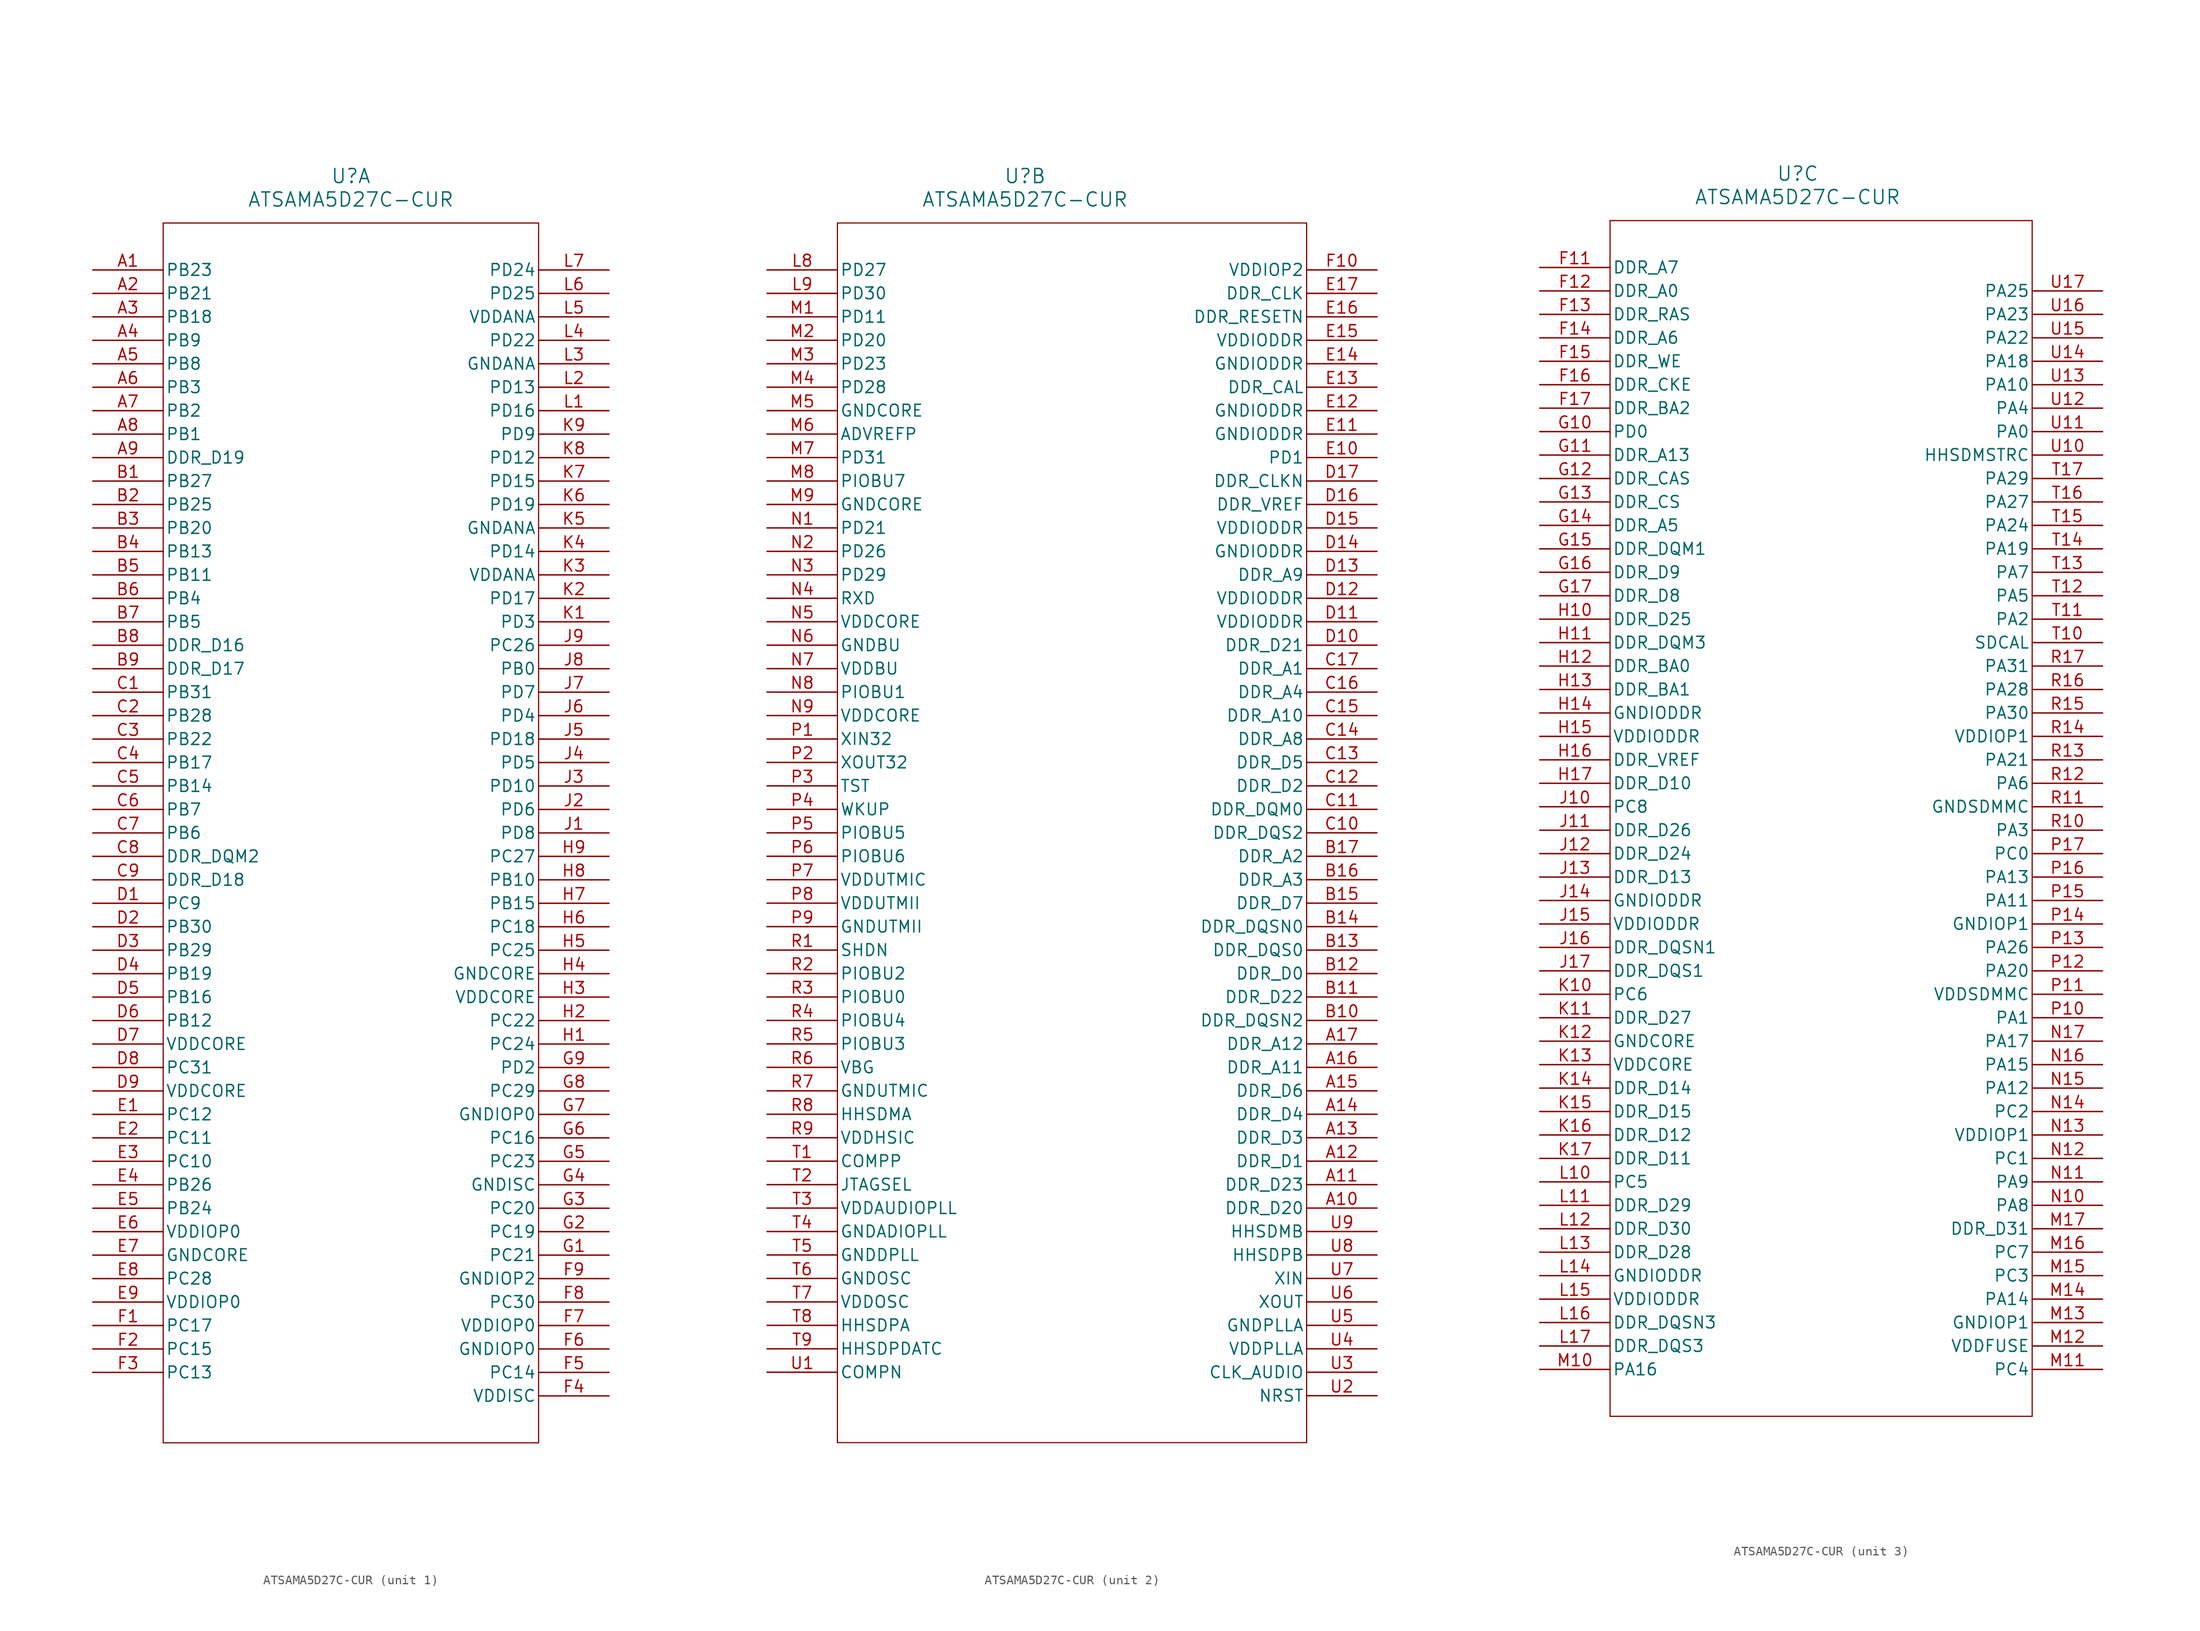
<source format=kicad_sym>
(kicad_symbol_lib
  (version 20211014)
  (generator kicad_symbol_editor)
  (symbol "ATSAMA5D27C-CUR"
    (pin_names
      (offset 0.254))
    (property "Reference" "U"
      (at 27.94 10.16 0)
      (effects (font (size 1.524 1.524))))
    (property "Value" "ATSAMA5D27C-CUR"
      (at 27.94 7.62 0)
      (effects (font (size 1.524 1.524))))
    (symbol "ATSAMA5D27C-CUR_1_1"
      (polyline (pts (xy 7.62 5.08) (xy 7.62 -127)) (stroke (width 0.127) (type default) (color 0 0 0 0)) (fill (type none)))
      (polyline (pts (xy 7.62 -127) (xy 48.26 -127)) (stroke (width 0.127) (type default) (color 0 0 0 0)) (fill (type none)))
      (polyline (pts (xy 48.26 -127) (xy 48.26 5.08)) (stroke (width 0.127) (type default) (color 0 0 0 0)) (fill (type none)))
      (polyline (pts (xy 48.26 5.08) (xy 7.62 5.08)) (stroke (width 0.127) (type default) (color 0 0 0 0)) (fill (type none)))
      (pin bidirectional line (at 0 0 0) (length 7.62) (name "PB23" (effects (font (size 1.27 1.27)))) (number "A1" (effects (font (size 1.27 1.27)))))
      (pin bidirectional line (at 0 -2.54 0) (length 7.62) (name "PB21" (effects (font (size 1.27 1.27)))) (number "A2" (effects (font (size 1.27 1.27)))))
      (pin bidirectional line (at 0 -5.08 0) (length 7.62) (name "PB18" (effects (font (size 1.27 1.27)))) (number "A3" (effects (font (size 1.27 1.27)))))
      (pin bidirectional line (at 0 -7.62 0) (length 7.62) (name "PB9" (effects (font (size 1.27 1.27)))) (number "A4" (effects (font (size 1.27 1.27)))))
      (pin bidirectional line (at 0 -10.16 0) (length 7.62) (name "PB8" (effects (font (size 1.27 1.27)))) (number "A5" (effects (font (size 1.27 1.27)))))
      (pin bidirectional line (at 0 -12.7 0) (length 7.62) (name "PB3" (effects (font (size 1.27 1.27)))) (number "A6" (effects (font (size 1.27 1.27)))))
      (pin bidirectional line (at 0 -15.24 0) (length 7.62) (name "PB2" (effects (font (size 1.27 1.27)))) (number "A7" (effects (font (size 1.27 1.27)))))
      (pin bidirectional line (at 0 -17.78 0) (length 7.62) (name "PB1" (effects (font (size 1.27 1.27)))) (number "A8" (effects (font (size 1.27 1.27)))))
      (pin bidirectional line (at 0 -20.32 0) (length 7.62) (name "DDR_D19" (effects (font (size 1.27 1.27)))) (number "A9" (effects (font (size 1.27 1.27)))))
      (pin bidirectional line (at 0 -22.86 0) (length 7.62) (name "PB27" (effects (font (size 1.27 1.27)))) (number "B1" (effects (font (size 1.27 1.27)))))
      (pin bidirectional line (at 0 -25.4 0) (length 7.62) (name "PB25" (effects (font (size 1.27 1.27)))) (number "B2" (effects (font (size 1.27 1.27)))))
      (pin bidirectional line (at 0 -27.94 0) (length 7.62) (name "PB20" (effects (font (size 1.27 1.27)))) (number "B3" (effects (font (size 1.27 1.27)))))
      (pin bidirectional line (at 0 -30.48 0) (length 7.62) (name "PB13" (effects (font (size 1.27 1.27)))) (number "B4" (effects (font (size 1.27 1.27)))))
      (pin bidirectional line (at 0 -33.02 0) (length 7.62) (name "PB11" (effects (font (size 1.27 1.27)))) (number "B5" (effects (font (size 1.27 1.27)))))
      (pin bidirectional line (at 0 -35.56 0) (length 7.62) (name "PB4" (effects (font (size 1.27 1.27)))) (number "B6" (effects (font (size 1.27 1.27)))))
      (pin bidirectional line (at 0 -38.1 0) (length 7.62) (name "PB5" (effects (font (size 1.27 1.27)))) (number "B7" (effects (font (size 1.27 1.27)))))
      (pin bidirectional line (at 0 -40.64 0) (length 7.62) (name "DDR_D16" (effects (font (size 1.27 1.27)))) (number "B8" (effects (font (size 1.27 1.27)))))
      (pin bidirectional line (at 0 -43.18 0) (length 7.62) (name "DDR_D17" (effects (font (size 1.27 1.27)))) (number "B9" (effects (font (size 1.27 1.27)))))
      (pin bidirectional line (at 0 -45.72 0) (length 7.62) (name "PB31" (effects (font (size 1.27 1.27)))) (number "C1" (effects (font (size 1.27 1.27)))))
      (pin bidirectional line (at 0 -48.26 0) (length 7.62) (name "PB28" (effects (font (size 1.27 1.27)))) (number "C2" (effects (font (size 1.27 1.27)))))
      (pin bidirectional line (at 0 -50.8 0) (length 7.62) (name "PB22" (effects (font (size 1.27 1.27)))) (number "C3" (effects (font (size 1.27 1.27)))))
      (pin bidirectional line (at 0 -53.34 0) (length 7.62) (name "PB17" (effects (font (size 1.27 1.27)))) (number "C4" (effects (font (size 1.27 1.27)))))
      (pin bidirectional line (at 0 -55.88 0) (length 7.62) (name "PB14" (effects (font (size 1.27 1.27)))) (number "C5" (effects (font (size 1.27 1.27)))))
      (pin bidirectional line (at 0 -58.42 0) (length 7.62) (name "PB7" (effects (font (size 1.27 1.27)))) (number "C6" (effects (font (size 1.27 1.27)))))
      (pin bidirectional line (at 0 -60.96 0) (length 7.62) (name "PB6" (effects (font (size 1.27 1.27)))) (number "C7" (effects (font (size 1.27 1.27)))))
      (pin bidirectional line (at 0 -63.5 0) (length 7.62) (name "DDR_DQM2" (effects (font (size 1.27 1.27)))) (number "C8" (effects (font (size 1.27 1.27)))))
      (pin bidirectional line (at 0 -66.04 0) (length 7.62) (name "DDR_D18" (effects (font (size 1.27 1.27)))) (number "C9" (effects (font (size 1.27 1.27)))))
      (pin bidirectional line (at 0 -68.58 0) (length 7.62) (name "PC9" (effects (font (size 1.27 1.27)))) (number "D1" (effects (font (size 1.27 1.27)))))
      (pin bidirectional line (at 0 -71.12 0) (length 7.62) (name "PB30" (effects (font (size 1.27 1.27)))) (number "D2" (effects (font (size 1.27 1.27)))))
      (pin bidirectional line (at 0 -73.66 0) (length 7.62) (name "PB29" (effects (font (size 1.27 1.27)))) (number "D3" (effects (font (size 1.27 1.27)))))
      (pin bidirectional line (at 0 -76.2 0) (length 7.62) (name "PB19" (effects (font (size 1.27 1.27)))) (number "D4" (effects (font (size 1.27 1.27)))))
      (pin bidirectional line (at 0 -78.74 0) (length 7.62) (name "PB16" (effects (font (size 1.27 1.27)))) (number "D5" (effects (font (size 1.27 1.27)))))
      (pin bidirectional line (at 0 -81.28 0) (length 7.62) (name "PB12" (effects (font (size 1.27 1.27)))) (number "D6" (effects (font (size 1.27 1.27)))))
      (pin power_in line (at 0 -83.82 0) (length 7.62) (name "VDDCORE" (effects (font (size 1.27 1.27)))) (number "D7" (effects (font (size 1.27 1.27)))))
      (pin bidirectional line (at 0 -86.36 0) (length 7.62) (name "PC31" (effects (font (size 1.27 1.27)))) (number "D8" (effects (font (size 1.27 1.27)))))
      (pin power_in line (at 0 -88.9 0) (length 7.62) (name "VDDCORE" (effects (font (size 1.27 1.27)))) (number "D9" (effects (font (size 1.27 1.27)))))
      (pin bidirectional line (at 0 -91.44 0) (length 7.62) (name "PC12" (effects (font (size 1.27 1.27)))) (number "E1" (effects (font (size 1.27 1.27)))))
      (pin bidirectional line (at 0 -93.98 0) (length 7.62) (name "PC11" (effects (font (size 1.27 1.27)))) (number "E2" (effects (font (size 1.27 1.27)))))
      (pin bidirectional line (at 0 -96.52 0) (length 7.62) (name "PC10" (effects (font (size 1.27 1.27)))) (number "E3" (effects (font (size 1.27 1.27)))))
      (pin bidirectional line (at 0 -99.06 0) (length 7.62) (name "PB26" (effects (font (size 1.27 1.27)))) (number "E4" (effects (font (size 1.27 1.27)))))
      (pin bidirectional line (at 0 -101.6 0) (length 7.62) (name "PB24" (effects (font (size 1.27 1.27)))) (number "E5" (effects (font (size 1.27 1.27)))))
      (pin power_in line (at 0 -104.14 0) (length 7.62) (name "VDDIOP0" (effects (font (size 1.27 1.27)))) (number "E6" (effects (font (size 1.27 1.27)))))
      (pin power_out line (at 0 -106.68 0) (length 7.62) (name "GNDCORE" (effects (font (size 1.27 1.27)))) (number "E7" (effects (font (size 1.27 1.27)))))
      (pin bidirectional line (at 0 -109.22 0) (length 7.62) (name "PC28" (effects (font (size 1.27 1.27)))) (number "E8" (effects (font (size 1.27 1.27)))))
      (pin power_in line (at 0 -111.76 0) (length 7.62) (name "VDDIOP0" (effects (font (size 1.27 1.27)))) (number "E9" (effects (font (size 1.27 1.27)))))
      (pin bidirectional line (at 0 -114.3 0) (length 7.62) (name "PC17" (effects (font (size 1.27 1.27)))) (number "F1" (effects (font (size 1.27 1.27)))))
      (pin bidirectional line (at 0 -116.84 0) (length 7.62) (name "PC15" (effects (font (size 1.27 1.27)))) (number "F2" (effects (font (size 1.27 1.27)))))
      (pin bidirectional line (at 0 -119.38 0) (length 7.62) (name "PC13" (effects (font (size 1.27 1.27)))) (number "F3" (effects (font (size 1.27 1.27)))))
      (pin power_in line (at 55.88 -121.92 180) (length 7.62) (name "VDDISC" (effects (font (size 1.27 1.27)))) (number "F4" (effects (font (size 1.27 1.27)))))
      (pin bidirectional line (at 55.88 -119.38 180) (length 7.62) (name "PC14" (effects (font (size 1.27 1.27)))) (number "F5" (effects (font (size 1.27 1.27)))))
      (pin power_out line (at 55.88 -116.84 180) (length 7.62) (name "GNDIOP0" (effects (font (size 1.27 1.27)))) (number "F6" (effects (font (size 1.27 1.27)))))
      (pin power_in line (at 55.88 -114.3 180) (length 7.62) (name "VDDIOP0" (effects (font (size 1.27 1.27)))) (number "F7" (effects (font (size 1.27 1.27)))))
      (pin bidirectional line (at 55.88 -111.76 180) (length 7.62) (name "PC30" (effects (font (size 1.27 1.27)))) (number "F8" (effects (font (size 1.27 1.27)))))
      (pin power_out line (at 55.88 -109.22 180) (length 7.62) (name "GNDIOP2" (effects (font (size 1.27 1.27)))) (number "F9" (effects (font (size 1.27 1.27)))))
      (pin bidirectional line (at 55.88 -106.68 180) (length 7.62) (name "PC21" (effects (font (size 1.27 1.27)))) (number "G1" (effects (font (size 1.27 1.27)))))
      (pin bidirectional line (at 55.88 -104.14 180) (length 7.62) (name "PC19" (effects (font (size 1.27 1.27)))) (number "G2" (effects (font (size 1.27 1.27)))))
      (pin bidirectional line (at 55.88 -101.6 180) (length 7.62) (name "PC20" (effects (font (size 1.27 1.27)))) (number "G3" (effects (font (size 1.27 1.27)))))
      (pin power_out line (at 55.88 -99.06 180) (length 7.62) (name "GNDISC" (effects (font (size 1.27 1.27)))) (number "G4" (effects (font (size 1.27 1.27)))))
      (pin bidirectional line (at 55.88 -96.52 180) (length 7.62) (name "PC23" (effects (font (size 1.27 1.27)))) (number "G5" (effects (font (size 1.27 1.27)))))
      (pin bidirectional line (at 55.88 -93.98 180) (length 7.62) (name "PC16" (effects (font (size 1.27 1.27)))) (number "G6" (effects (font (size 1.27 1.27)))))
      (pin power_out line (at 55.88 -91.44 180) (length 7.62) (name "GNDIOP0" (effects (font (size 1.27 1.27)))) (number "G7" (effects (font (size 1.27 1.27)))))
      (pin bidirectional line (at 55.88 -88.9 180) (length 7.62) (name "PC29" (effects (font (size 1.27 1.27)))) (number "G8" (effects (font (size 1.27 1.27)))))
      (pin bidirectional line (at 55.88 -86.36 180) (length 7.62) (name "PD2" (effects (font (size 1.27 1.27)))) (number "G9" (effects (font (size 1.27 1.27)))))
      (pin bidirectional line (at 55.88 -83.82 180) (length 7.62) (name "PC24" (effects (font (size 1.27 1.27)))) (number "H1" (effects (font (size 1.27 1.27)))))
      (pin bidirectional line (at 55.88 -81.28 180) (length 7.62) (name "PC22" (effects (font (size 1.27 1.27)))) (number "H2" (effects (font (size 1.27 1.27)))))
      (pin power_in line (at 55.88 -78.74 180) (length 7.62) (name "VDDCORE" (effects (font (size 1.27 1.27)))) (number "H3" (effects (font (size 1.27 1.27)))))
      (pin power_out line (at 55.88 -76.2 180) (length 7.62) (name "GNDCORE" (effects (font (size 1.27 1.27)))) (number "H4" (effects (font (size 1.27 1.27)))))
      (pin bidirectional line (at 55.88 -73.66 180) (length 7.62) (name "PC25" (effects (font (size 1.27 1.27)))) (number "H5" (effects (font (size 1.27 1.27)))))
      (pin bidirectional line (at 55.88 -71.12 180) (length 7.62) (name "PC18" (effects (font (size 1.27 1.27)))) (number "H6" (effects (font (size 1.27 1.27)))))
      (pin bidirectional line (at 55.88 -68.58 180) (length 7.62) (name "PB15" (effects (font (size 1.27 1.27)))) (number "H7" (effects (font (size 1.27 1.27)))))
      (pin bidirectional line (at 55.88 -66.04 180) (length 7.62) (name "PB10" (effects (font (size 1.27 1.27)))) (number "H8" (effects (font (size 1.27 1.27)))))
      (pin bidirectional line (at 55.88 -63.5 180) (length 7.62) (name "PC27" (effects (font (size 1.27 1.27)))) (number "H9" (effects (font (size 1.27 1.27)))))
      (pin bidirectional line (at 55.88 -60.96 180) (length 7.62) (name "PD8" (effects (font (size 1.27 1.27)))) (number "J1" (effects (font (size 1.27 1.27)))))
      (pin bidirectional line (at 55.88 -58.42 180) (length 7.62) (name "PD6" (effects (font (size 1.27 1.27)))) (number "J2" (effects (font (size 1.27 1.27)))))
      (pin bidirectional line (at 55.88 -55.88 180) (length 7.62) (name "PD10" (effects (font (size 1.27 1.27)))) (number "J3" (effects (font (size 1.27 1.27)))))
      (pin bidirectional line (at 55.88 -53.34 180) (length 7.62) (name "PD5" (effects (font (size 1.27 1.27)))) (number "J4" (effects (font (size 1.27 1.27)))))
      (pin bidirectional line (at 55.88 -50.8 180) (length 7.62) (name "PD18" (effects (font (size 1.27 1.27)))) (number "J5" (effects (font (size 1.27 1.27)))))
      (pin bidirectional line (at 55.88 -48.26 180) (length 7.62) (name "PD4" (effects (font (size 1.27 1.27)))) (number "J6" (effects (font (size 1.27 1.27)))))
      (pin bidirectional line (at 55.88 -45.72 180) (length 7.62) (name "PD7" (effects (font (size 1.27 1.27)))) (number "J7" (effects (font (size 1.27 1.27)))))
      (pin bidirectional line (at 55.88 -43.18 180) (length 7.62) (name "PB0" (effects (font (size 1.27 1.27)))) (number "J8" (effects (font (size 1.27 1.27)))))
      (pin bidirectional line (at 55.88 -40.64 180) (length 7.62) (name "PC26" (effects (font (size 1.27 1.27)))) (number "J9" (effects (font (size 1.27 1.27)))))
      (pin bidirectional line (at 55.88 -38.1 180) (length 7.62) (name "PD3" (effects (font (size 1.27 1.27)))) (number "K1" (effects (font (size 1.27 1.27)))))
      (pin bidirectional line (at 55.88 -35.56 180) (length 7.62) (name "PD17" (effects (font (size 1.27 1.27)))) (number "K2" (effects (font (size 1.27 1.27)))))
      (pin power_in line (at 55.88 -33.02 180) (length 7.62) (name "VDDANA" (effects (font (size 1.27 1.27)))) (number "K3" (effects (font (size 1.27 1.27)))))
      (pin bidirectional line (at 55.88 -30.48 180) (length 7.62) (name "PD14" (effects (font (size 1.27 1.27)))) (number "K4" (effects (font (size 1.27 1.27)))))
      (pin power_out line (at 55.88 -27.94 180) (length 7.62) (name "GNDANA" (effects (font (size 1.27 1.27)))) (number "K5" (effects (font (size 1.27 1.27)))))
      (pin bidirectional line (at 55.88 -25.4 180) (length 7.62) (name "PD19" (effects (font (size 1.27 1.27)))) (number "K6" (effects (font (size 1.27 1.27)))))
      (pin bidirectional line (at 55.88 -22.86 180) (length 7.62) (name "PD15" (effects (font (size 1.27 1.27)))) (number "K7" (effects (font (size 1.27 1.27)))))
      (pin bidirectional line (at 55.88 -20.32 180) (length 7.62) (name "PD12" (effects (font (size 1.27 1.27)))) (number "K8" (effects (font (size 1.27 1.27)))))
      (pin bidirectional line (at 55.88 -17.78 180) (length 7.62) (name "PD9" (effects (font (size 1.27 1.27)))) (number "K9" (effects (font (size 1.27 1.27)))))
      (pin bidirectional line (at 55.88 -15.24 180) (length 7.62) (name "PD16" (effects (font (size 1.27 1.27)))) (number "L1" (effects (font (size 1.27 1.27)))))
      (pin bidirectional line (at 55.88 -12.7 180) (length 7.62) (name "PD13" (effects (font (size 1.27 1.27)))) (number "L2" (effects (font (size 1.27 1.27)))))
      (pin power_out line (at 55.88 -10.16 180) (length 7.62) (name "GNDANA" (effects (font (size 1.27 1.27)))) (number "L3" (effects (font (size 1.27 1.27)))))
      (pin bidirectional line (at 55.88 -7.62 180) (length 7.62) (name "PD22" (effects (font (size 1.27 1.27)))) (number "L4" (effects (font (size 1.27 1.27)))))
      (pin power_in line (at 55.88 -5.08 180) (length 7.62) (name "VDDANA" (effects (font (size 1.27 1.27)))) (number "L5" (effects (font (size 1.27 1.27)))))
      (pin bidirectional line (at 55.88 -2.54 180) (length 7.62) (name "PD25" (effects (font (size 1.27 1.27)))) (number "L6" (effects (font (size 1.27 1.27)))))
      (pin bidirectional line (at 55.88 0 180) (length 7.62) (name "PD24" (effects (font (size 1.27 1.27)))) (number "L7" (effects (font (size 1.27 1.27))))))
    (symbol "ATSAMA5D27C-CUR_2_1"
      (polyline (pts (xy 7.62 5.08) (xy 7.62 -127)) (stroke (width 0.127) (type default) (color 0 0 0 0)) (fill (type none)))
      (polyline (pts (xy 7.62 -127) (xy 58.42 -127)) (stroke (width 0.127) (type default) (color 0 0 0 0)) (fill (type none)))
      (polyline (pts (xy 58.42 -127) (xy 58.42 5.08)) (stroke (width 0.127) (type default) (color 0 0 0 0)) (fill (type none)))
      (polyline (pts (xy 58.42 5.08) (xy 7.62 5.08)) (stroke (width 0.127) (type default) (color 0 0 0 0)) (fill (type none)))
      (pin bidirectional line (at 0 0 0) (length 7.62) (name "PD27" (effects (font (size 1.27 1.27)))) (number "L8" (effects (font (size 1.27 1.27)))))
      (pin bidirectional line (at 0 -2.54 0) (length 7.62) (name "PD30" (effects (font (size 1.27 1.27)))) (number "L9" (effects (font (size 1.27 1.27)))))
      (pin bidirectional line (at 0 -5.08 0) (length 7.62) (name "PD11" (effects (font (size 1.27 1.27)))) (number "M1" (effects (font (size 1.27 1.27)))))
      (pin bidirectional line (at 0 -7.62 0) (length 7.62) (name "PD20" (effects (font (size 1.27 1.27)))) (number "M2" (effects (font (size 1.27 1.27)))))
      (pin bidirectional line (at 0 -10.16 0) (length 7.62) (name "PD23" (effects (font (size 1.27 1.27)))) (number "M3" (effects (font (size 1.27 1.27)))))
      (pin bidirectional line (at 0 -12.7 0) (length 7.62) (name "PD28" (effects (font (size 1.27 1.27)))) (number "M4" (effects (font (size 1.27 1.27)))))
      (pin power_out line (at 0 -15.24 0) (length 7.62) (name "GNDCORE" (effects (font (size 1.27 1.27)))) (number "M5" (effects (font (size 1.27 1.27)))))
      (pin power_in line (at 0 -17.78 0) (length 7.62) (name "ADVREFP" (effects (font (size 1.27 1.27)))) (number "M6" (effects (font (size 1.27 1.27)))))
      (pin bidirectional line (at 0 -20.32 0) (length 7.62) (name "PD31" (effects (font (size 1.27 1.27)))) (number "M7" (effects (font (size 1.27 1.27)))))
      (pin bidirectional line (at 0 -22.86 0) (length 7.62) (name "PIOBU7" (effects (font (size 1.27 1.27)))) (number "M8" (effects (font (size 1.27 1.27)))))
      (pin power_out line (at 0 -25.4 0) (length 7.62) (name "GNDCORE" (effects (font (size 1.27 1.27)))) (number "M9" (effects (font (size 1.27 1.27)))))
      (pin bidirectional line (at 0 -27.94 0) (length 7.62) (name "PD21" (effects (font (size 1.27 1.27)))) (number "N1" (effects (font (size 1.27 1.27)))))
      (pin bidirectional line (at 0 -30.48 0) (length 7.62) (name "PD26" (effects (font (size 1.27 1.27)))) (number "N2" (effects (font (size 1.27 1.27)))))
      (pin bidirectional line (at 0 -33.02 0) (length 7.62) (name "PD29" (effects (font (size 1.27 1.27)))) (number "N3" (effects (font (size 1.27 1.27)))))
      (pin unspecified line (at 0 -35.56 0) (length 7.62) (name "RXD" (effects (font (size 1.27 1.27)))) (number "N4" (effects (font (size 1.27 1.27)))))
      (pin power_in line (at 0 -38.1 0) (length 7.62) (name "VDDCORE" (effects (font (size 1.27 1.27)))) (number "N5" (effects (font (size 1.27 1.27)))))
      (pin power_out line (at 0 -40.64 0) (length 7.62) (name "GNDBU" (effects (font (size 1.27 1.27)))) (number "N6" (effects (font (size 1.27 1.27)))))
      (pin power_in line (at 0 -43.18 0) (length 7.62) (name "VDDBU" (effects (font (size 1.27 1.27)))) (number "N7" (effects (font (size 1.27 1.27)))))
      (pin bidirectional line (at 0 -45.72 0) (length 7.62) (name "PIOBU1" (effects (font (size 1.27 1.27)))) (number "N8" (effects (font (size 1.27 1.27)))))
      (pin power_in line (at 0 -48.26 0) (length 7.62) (name "VDDCORE" (effects (font (size 1.27 1.27)))) (number "N9" (effects (font (size 1.27 1.27)))))
      (pin input line (at 0 -50.8 0) (length 7.62) (name "XIN32" (effects (font (size 1.27 1.27)))) (number "P1" (effects (font (size 1.27 1.27)))))
      (pin output line (at 0 -53.34 0) (length 7.62) (name "XOUT32" (effects (font (size 1.27 1.27)))) (number "P2" (effects (font (size 1.27 1.27)))))
      (pin unspecified line (at 0 -55.88 0) (length 7.62) (name "TST" (effects (font (size 1.27 1.27)))) (number "P3" (effects (font (size 1.27 1.27)))))
      (pin unspecified line (at 0 -58.42 0) (length 7.62) (name "WKUP" (effects (font (size 1.27 1.27)))) (number "P4" (effects (font (size 1.27 1.27)))))
      (pin bidirectional line (at 0 -60.96 0) (length 7.62) (name "PIOBU5" (effects (font (size 1.27 1.27)))) (number "P5" (effects (font (size 1.27 1.27)))))
      (pin bidirectional line (at 0 -63.5 0) (length 7.62) (name "PIOBU6" (effects (font (size 1.27 1.27)))) (number "P6" (effects (font (size 1.27 1.27)))))
      (pin power_in line (at 0 -66.04 0) (length 7.62) (name "VDDUTMIC" (effects (font (size 1.27 1.27)))) (number "P7" (effects (font (size 1.27 1.27)))))
      (pin power_in line (at 0 -68.58 0) (length 7.62) (name "VDDUTMII" (effects (font (size 1.27 1.27)))) (number "P8" (effects (font (size 1.27 1.27)))))
      (pin power_out line (at 0 -71.12 0) (length 7.62) (name "GNDUTMII" (effects (font (size 1.27 1.27)))) (number "P9" (effects (font (size 1.27 1.27)))))
      (pin unspecified line (at 0 -73.66 0) (length 7.62) (name "SHDN" (effects (font (size 1.27 1.27)))) (number "R1" (effects (font (size 1.27 1.27)))))
      (pin bidirectional line (at 0 -76.2 0) (length 7.62) (name "PIOBU2" (effects (font (size 1.27 1.27)))) (number "R2" (effects (font (size 1.27 1.27)))))
      (pin bidirectional line (at 0 -78.74 0) (length 7.62) (name "PIOBU0" (effects (font (size 1.27 1.27)))) (number "R3" (effects (font (size 1.27 1.27)))))
      (pin bidirectional line (at 0 -81.28 0) (length 7.62) (name "PIOBU4" (effects (font (size 1.27 1.27)))) (number "R4" (effects (font (size 1.27 1.27)))))
      (pin bidirectional line (at 0 -83.82 0) (length 7.62) (name "PIOBU3" (effects (font (size 1.27 1.27)))) (number "R5" (effects (font (size 1.27 1.27)))))
      (pin unspecified line (at 0 -86.36 0) (length 7.62) (name "VBG" (effects (font (size 1.27 1.27)))) (number "R6" (effects (font (size 1.27 1.27)))))
      (pin power_out line (at 0 -88.9 0) (length 7.62) (name "GNDUTMIC" (effects (font (size 1.27 1.27)))) (number "R7" (effects (font (size 1.27 1.27)))))
      (pin unspecified line (at 0 -91.44 0) (length 7.62) (name "HHSDMA" (effects (font (size 1.27 1.27)))) (number "R8" (effects (font (size 1.27 1.27)))))
      (pin power_in line (at 0 -93.98 0) (length 7.62) (name "VDDHSIC" (effects (font (size 1.27 1.27)))) (number "R9" (effects (font (size 1.27 1.27)))))
      (pin unspecified line (at 0 -96.52 0) (length 7.62) (name "COMPP" (effects (font (size 1.27 1.27)))) (number "T1" (effects (font (size 1.27 1.27)))))
      (pin unspecified line (at 0 -99.06 0) (length 7.62) (name "JTAGSEL" (effects (font (size 1.27 1.27)))) (number "T2" (effects (font (size 1.27 1.27)))))
      (pin power_in line (at 0 -101.6 0) (length 7.62) (name "VDDAUDIOPLL" (effects (font (size 1.27 1.27)))) (number "T3" (effects (font (size 1.27 1.27)))))
      (pin power_out line (at 0 -104.14 0) (length 7.62) (name "GNDADIOPLL" (effects (font (size 1.27 1.27)))) (number "T4" (effects (font (size 1.27 1.27)))))
      (pin power_out line (at 0 -106.68 0) (length 7.62) (name "GNDDPLL" (effects (font (size 1.27 1.27)))) (number "T5" (effects (font (size 1.27 1.27)))))
      (pin power_out line (at 0 -109.22 0) (length 7.62) (name "GNDOSC" (effects (font (size 1.27 1.27)))) (number "T6" (effects (font (size 1.27 1.27)))))
      (pin power_in line (at 0 -111.76 0) (length 7.62) (name "VDDOSC" (effects (font (size 1.27 1.27)))) (number "T7" (effects (font (size 1.27 1.27)))))
      (pin unspecified line (at 0 -114.3 0) (length 7.62) (name "HHSDPA" (effects (font (size 1.27 1.27)))) (number "T8" (effects (font (size 1.27 1.27)))))
      (pin unspecified line (at 0 -116.84 0) (length 7.62) (name "HHSDPDATC" (effects (font (size 1.27 1.27)))) (number "T9" (effects (font (size 1.27 1.27)))))
      (pin unspecified line (at 0 -119.38 0) (length 7.62) (name "COMPN" (effects (font (size 1.27 1.27)))) (number "U1" (effects (font (size 1.27 1.27)))))
      (pin unspecified line (at 66.04 -121.92 180) (length 7.62) (name "NRST" (effects (font (size 1.27 1.27)))) (number "U2" (effects (font (size 1.27 1.27)))))
      (pin unspecified line (at 66.04 -119.38 180) (length 7.62) (name "CLK_AUDIO" (effects (font (size 1.27 1.27)))) (number "U3" (effects (font (size 1.27 1.27)))))
      (pin power_in line (at 66.04 -116.84 180) (length 7.62) (name "VDDPLLA" (effects (font (size 1.27 1.27)))) (number "U4" (effects (font (size 1.27 1.27)))))
      (pin power_out line (at 66.04 -114.3 180) (length 7.62) (name "GNDPLLA" (effects (font (size 1.27 1.27)))) (number "U5" (effects (font (size 1.27 1.27)))))
      (pin output line (at 66.04 -111.76 180) (length 7.62) (name "XOUT" (effects (font (size 1.27 1.27)))) (number "U6" (effects (font (size 1.27 1.27)))))
      (pin unspecified line (at 66.04 -109.22 180) (length 7.62) (name "XIN" (effects (font (size 1.27 1.27)))) (number "U7" (effects (font (size 1.27 1.27)))))
      (pin unspecified line (at 66.04 -106.68 180) (length 7.62) (name "HHSDPB" (effects (font (size 1.27 1.27)))) (number "U8" (effects (font (size 1.27 1.27)))))
      (pin unspecified line (at 66.04 -104.14 180) (length 7.62) (name "HHSDMB" (effects (font (size 1.27 1.27)))) (number "U9" (effects (font (size 1.27 1.27)))))
      (pin bidirectional line (at 66.04 -101.6 180) (length 7.62) (name "DDR_D20" (effects (font (size 1.27 1.27)))) (number "A10" (effects (font (size 1.27 1.27)))))
      (pin bidirectional line (at 66.04 -99.06 180) (length 7.62) (name "DDR_D23" (effects (font (size 1.27 1.27)))) (number "A11" (effects (font (size 1.27 1.27)))))
      (pin bidirectional line (at 66.04 -96.52 180) (length 7.62) (name "DDR_D1" (effects (font (size 1.27 1.27)))) (number "A12" (effects (font (size 1.27 1.27)))))
      (pin bidirectional line (at 66.04 -93.98 180) (length 7.62) (name "DDR_D3" (effects (font (size 1.27 1.27)))) (number "A13" (effects (font (size 1.27 1.27)))))
      (pin bidirectional line (at 66.04 -91.44 180) (length 7.62) (name "DDR_D4" (effects (font (size 1.27 1.27)))) (number "A14" (effects (font (size 1.27 1.27)))))
      (pin bidirectional line (at 66.04 -88.9 180) (length 7.62) (name "DDR_D6" (effects (font (size 1.27 1.27)))) (number "A15" (effects (font (size 1.27 1.27)))))
      (pin bidirectional line (at 66.04 -86.36 180) (length 7.62) (name "DDR_A11" (effects (font (size 1.27 1.27)))) (number "A16" (effects (font (size 1.27 1.27)))))
      (pin bidirectional line (at 66.04 -83.82 180) (length 7.62) (name "DDR_A12" (effects (font (size 1.27 1.27)))) (number "A17" (effects (font (size 1.27 1.27)))))
      (pin bidirectional line (at 66.04 -81.28 180) (length 7.62) (name "DDR_DQSN2" (effects (font (size 1.27 1.27)))) (number "B10" (effects (font (size 1.27 1.27)))))
      (pin bidirectional line (at 66.04 -78.74 180) (length 7.62) (name "DDR_D22" (effects (font (size 1.27 1.27)))) (number "B11" (effects (font (size 1.27 1.27)))))
      (pin bidirectional line (at 66.04 -76.2 180) (length 7.62) (name "DDR_D0" (effects (font (size 1.27 1.27)))) (number "B12" (effects (font (size 1.27 1.27)))))
      (pin bidirectional line (at 66.04 -73.66 180) (length 7.62) (name "DDR_DQS0" (effects (font (size 1.27 1.27)))) (number "B13" (effects (font (size 1.27 1.27)))))
      (pin bidirectional line (at 66.04 -71.12 180) (length 7.62) (name "DDR_DQSN0" (effects (font (size 1.27 1.27)))) (number "B14" (effects (font (size 1.27 1.27)))))
      (pin bidirectional line (at 66.04 -68.58 180) (length 7.62) (name "DDR_D7" (effects (font (size 1.27 1.27)))) (number "B15" (effects (font (size 1.27 1.27)))))
      (pin bidirectional line (at 66.04 -66.04 180) (length 7.62) (name "DDR_A3" (effects (font (size 1.27 1.27)))) (number "B16" (effects (font (size 1.27 1.27)))))
      (pin bidirectional line (at 66.04 -63.5 180) (length 7.62) (name "DDR_A2" (effects (font (size 1.27 1.27)))) (number "B17" (effects (font (size 1.27 1.27)))))
      (pin bidirectional line (at 66.04 -60.96 180) (length 7.62) (name "DDR_DQS2" (effects (font (size 1.27 1.27)))) (number "C10" (effects (font (size 1.27 1.27)))))
      (pin bidirectional line (at 66.04 -58.42 180) (length 7.62) (name "DDR_DQM0" (effects (font (size 1.27 1.27)))) (number "C11" (effects (font (size 1.27 1.27)))))
      (pin bidirectional line (at 66.04 -55.88 180) (length 7.62) (name "DDR_D2" (effects (font (size 1.27 1.27)))) (number "C12" (effects (font (size 1.27 1.27)))))
      (pin bidirectional line (at 66.04 -53.34 180) (length 7.62) (name "DDR_D5" (effects (font (size 1.27 1.27)))) (number "C13" (effects (font (size 1.27 1.27)))))
      (pin bidirectional line (at 66.04 -50.8 180) (length 7.62) (name "DDR_A8" (effects (font (size 1.27 1.27)))) (number "C14" (effects (font (size 1.27 1.27)))))
      (pin bidirectional line (at 66.04 -48.26 180) (length 7.62) (name "DDR_A10" (effects (font (size 1.27 1.27)))) (number "C15" (effects (font (size 1.27 1.27)))))
      (pin bidirectional line (at 66.04 -45.72 180) (length 7.62) (name "DDR_A4" (effects (font (size 1.27 1.27)))) (number "C16" (effects (font (size 1.27 1.27)))))
      (pin bidirectional line (at 66.04 -43.18 180) (length 7.62) (name "DDR_A1" (effects (font (size 1.27 1.27)))) (number "C17" (effects (font (size 1.27 1.27)))))
      (pin bidirectional line (at 66.04 -40.64 180) (length 7.62) (name "DDR_D21" (effects (font (size 1.27 1.27)))) (number "D10" (effects (font (size 1.27 1.27)))))
      (pin power_in line (at 66.04 -38.1 180) (length 7.62) (name "VDDIODDR" (effects (font (size 1.27 1.27)))) (number "D11" (effects (font (size 1.27 1.27)))))
      (pin power_in line (at 66.04 -35.56 180) (length 7.62) (name "VDDIODDR" (effects (font (size 1.27 1.27)))) (number "D12" (effects (font (size 1.27 1.27)))))
      (pin bidirectional line (at 66.04 -33.02 180) (length 7.62) (name "DDR_A9" (effects (font (size 1.27 1.27)))) (number "D13" (effects (font (size 1.27 1.27)))))
      (pin power_out line (at 66.04 -30.48 180) (length 7.62) (name "GNDIODDR" (effects (font (size 1.27 1.27)))) (number "D14" (effects (font (size 1.27 1.27)))))
      (pin power_in line (at 66.04 -27.94 180) (length 7.62) (name "VDDIODDR" (effects (font (size 1.27 1.27)))) (number "D15" (effects (font (size 1.27 1.27)))))
      (pin power_in line (at 66.04 -25.4 180) (length 7.62) (name "DDR_VREF" (effects (font (size 1.27 1.27)))) (number "D16" (effects (font (size 1.27 1.27)))))
      (pin unspecified line (at 66.04 -22.86 180) (length 7.62) (name "DDR_CLKN" (effects (font (size 1.27 1.27)))) (number "D17" (effects (font (size 1.27 1.27)))))
      (pin bidirectional line (at 66.04 -20.32 180) (length 7.62) (name "PD1" (effects (font (size 1.27 1.27)))) (number "E10" (effects (font (size 1.27 1.27)))))
      (pin power_out line (at 66.04 -17.78 180) (length 7.62) (name "GNDIODDR" (effects (font (size 1.27 1.27)))) (number "E11" (effects (font (size 1.27 1.27)))))
      (pin power_out line (at 66.04 -15.24 180) (length 7.62) (name "GNDIODDR" (effects (font (size 1.27 1.27)))) (number "E12" (effects (font (size 1.27 1.27)))))
      (pin unspecified line (at 66.04 -12.7 180) (length 7.62) (name "DDR_CAL" (effects (font (size 1.27 1.27)))) (number "E13" (effects (font (size 1.27 1.27)))))
      (pin power_out line (at 66.04 -10.16 180) (length 7.62) (name "GNDIODDR" (effects (font (size 1.27 1.27)))) (number "E14" (effects (font (size 1.27 1.27)))))
      (pin power_in line (at 66.04 -7.62 180) (length 7.62) (name "VDDIODDR" (effects (font (size 1.27 1.27)))) (number "E15" (effects (font (size 1.27 1.27)))))
      (pin unspecified line (at 66.04 -5.08 180) (length 7.62) (name "DDR_RESETN" (effects (font (size 1.27 1.27)))) (number "E16" (effects (font (size 1.27 1.27)))))
      (pin unspecified line (at 66.04 -2.54 180) (length 7.62) (name "DDR_CLK" (effects (font (size 1.27 1.27)))) (number "E17" (effects (font (size 1.27 1.27)))))
      (pin power_in line (at 66.04 0 180) (length 7.62) (name "VDDIOP2" (effects (font (size 1.27 1.27)))) (number "F10" (effects (font (size 1.27 1.27))))))
    (symbol "ATSAMA5D27C-CUR_3_1"
      (polyline (pts (xy 7.62 5.08) (xy 7.62 -124.46)) (stroke (width 0.127) (type default) (color 0 0 0 0)) (fill (type none)))
      (polyline (pts (xy 7.62 -124.46) (xy 53.34 -124.46)) (stroke (width 0.127) (type default) (color 0 0 0 0)) (fill (type none)))
      (polyline (pts (xy 53.34 -124.46) (xy 53.34 5.08)) (stroke (width 0.127) (type default) (color 0 0 0 0)) (fill (type none)))
      (polyline (pts (xy 53.34 5.08) (xy 7.62 5.08)) (stroke (width 0.127) (type default) (color 0 0 0 0)) (fill (type none)))
      (pin bidirectional line (at 0 0 0) (length 7.62) (name "DDR_A7" (effects (font (size 1.27 1.27)))) (number "F11" (effects (font (size 1.27 1.27)))))
      (pin bidirectional line (at 0 -2.54 0) (length 7.62) (name "DDR_A0" (effects (font (size 1.27 1.27)))) (number "F12" (effects (font (size 1.27 1.27)))))
      (pin unspecified line (at 0 -5.08 0) (length 7.62) (name "DDR_RAS" (effects (font (size 1.27 1.27)))) (number "F13" (effects (font (size 1.27 1.27)))))
      (pin bidirectional line (at 0 -7.62 0) (length 7.62) (name "DDR_A6" (effects (font (size 1.27 1.27)))) (number "F14" (effects (font (size 1.27 1.27)))))
      (pin unspecified line (at 0 -10.16 0) (length 7.62) (name "DDR_WE" (effects (font (size 1.27 1.27)))) (number "F15" (effects (font (size 1.27 1.27)))))
      (pin unspecified line (at 0 -12.7 0) (length 7.62) (name "DDR_CKE" (effects (font (size 1.27 1.27)))) (number "F16" (effects (font (size 1.27 1.27)))))
      (pin bidirectional line (at 0 -15.24 0) (length 7.62) (name "DDR_BA2" (effects (font (size 1.27 1.27)))) (number "F17" (effects (font (size 1.27 1.27)))))
      (pin bidirectional line (at 0 -17.78 0) (length 7.62) (name "PD0" (effects (font (size 1.27 1.27)))) (number "G10" (effects (font (size 1.27 1.27)))))
      (pin bidirectional line (at 0 -20.32 0) (length 7.62) (name "DDR_A13" (effects (font (size 1.27 1.27)))) (number "G11" (effects (font (size 1.27 1.27)))))
      (pin unspecified line (at 0 -22.86 0) (length 7.62) (name "DDR_CAS" (effects (font (size 1.27 1.27)))) (number "G12" (effects (font (size 1.27 1.27)))))
      (pin unspecified line (at 0 -25.4 0) (length 7.62) (name "DDR_CS" (effects (font (size 1.27 1.27)))) (number "G13" (effects (font (size 1.27 1.27)))))
      (pin bidirectional line (at 0 -27.94 0) (length 7.62) (name "DDR_A5" (effects (font (size 1.27 1.27)))) (number "G14" (effects (font (size 1.27 1.27)))))
      (pin bidirectional line (at 0 -30.48 0) (length 7.62) (name "DDR_DQM1" (effects (font (size 1.27 1.27)))) (number "G15" (effects (font (size 1.27 1.27)))))
      (pin bidirectional line (at 0 -33.02 0) (length 7.62) (name "DDR_D9" (effects (font (size 1.27 1.27)))) (number "G16" (effects (font (size 1.27 1.27)))))
      (pin bidirectional line (at 0 -35.56 0) (length 7.62) (name "DDR_D8" (effects (font (size 1.27 1.27)))) (number "G17" (effects (font (size 1.27 1.27)))))
      (pin bidirectional line (at 0 -38.1 0) (length 7.62) (name "DDR_D25" (effects (font (size 1.27 1.27)))) (number "H10" (effects (font (size 1.27 1.27)))))
      (pin bidirectional line (at 0 -40.64 0) (length 7.62) (name "DDR_DQM3" (effects (font (size 1.27 1.27)))) (number "H11" (effects (font (size 1.27 1.27)))))
      (pin bidirectional line (at 0 -43.18 0) (length 7.62) (name "DDR_BA0" (effects (font (size 1.27 1.27)))) (number "H12" (effects (font (size 1.27 1.27)))))
      (pin bidirectional line (at 0 -45.72 0) (length 7.62) (name "DDR_BA1" (effects (font (size 1.27 1.27)))) (number "H13" (effects (font (size 1.27 1.27)))))
      (pin power_out line (at 0 -48.26 0) (length 7.62) (name "GNDIODDR" (effects (font (size 1.27 1.27)))) (number "H14" (effects (font (size 1.27 1.27)))))
      (pin power_in line (at 0 -50.8 0) (length 7.62) (name "VDDIODDR" (effects (font (size 1.27 1.27)))) (number "H15" (effects (font (size 1.27 1.27)))))
      (pin power_in line (at 0 -53.34 0) (length 7.62) (name "DDR_VREF" (effects (font (size 1.27 1.27)))) (number "H16" (effects (font (size 1.27 1.27)))))
      (pin bidirectional line (at 0 -55.88 0) (length 7.62) (name "DDR_D10" (effects (font (size 1.27 1.27)))) (number "H17" (effects (font (size 1.27 1.27)))))
      (pin bidirectional line (at 0 -58.42 0) (length 7.62) (name "PC8" (effects (font (size 1.27 1.27)))) (number "J10" (effects (font (size 1.27 1.27)))))
      (pin bidirectional line (at 0 -60.96 0) (length 7.62) (name "DDR_D26" (effects (font (size 1.27 1.27)))) (number "J11" (effects (font (size 1.27 1.27)))))
      (pin bidirectional line (at 0 -63.5 0) (length 7.62) (name "DDR_D24" (effects (font (size 1.27 1.27)))) (number "J12" (effects (font (size 1.27 1.27)))))
      (pin bidirectional line (at 0 -66.04 0) (length 7.62) (name "DDR_D13" (effects (font (size 1.27 1.27)))) (number "J13" (effects (font (size 1.27 1.27)))))
      (pin power_out line (at 0 -68.58 0) (length 7.62) (name "GNDIODDR" (effects (font (size 1.27 1.27)))) (number "J14" (effects (font (size 1.27 1.27)))))
      (pin power_in line (at 0 -71.12 0) (length 7.62) (name "VDDIODDR" (effects (font (size 1.27 1.27)))) (number "J15" (effects (font (size 1.27 1.27)))))
      (pin bidirectional line (at 0 -73.66 0) (length 7.62) (name "DDR_DQSN1" (effects (font (size 1.27 1.27)))) (number "J16" (effects (font (size 1.27 1.27)))))
      (pin bidirectional line (at 0 -76.2 0) (length 7.62) (name "DDR_DQS1" (effects (font (size 1.27 1.27)))) (number "J17" (effects (font (size 1.27 1.27)))))
      (pin bidirectional line (at 0 -78.74 0) (length 7.62) (name "PC6" (effects (font (size 1.27 1.27)))) (number "K10" (effects (font (size 1.27 1.27)))))
      (pin bidirectional line (at 0 -81.28 0) (length 7.62) (name "DDR_D27" (effects (font (size 1.27 1.27)))) (number "K11" (effects (font (size 1.27 1.27)))))
      (pin power_out line (at 0 -83.82 0) (length 7.62) (name "GNDCORE" (effects (font (size 1.27 1.27)))) (number "K12" (effects (font (size 1.27 1.27)))))
      (pin power_in line (at 0 -86.36 0) (length 7.62) (name "VDDCORE" (effects (font (size 1.27 1.27)))) (number "K13" (effects (font (size 1.27 1.27)))))
      (pin bidirectional line (at 0 -88.9 0) (length 7.62) (name "DDR_D14" (effects (font (size 1.27 1.27)))) (number "K14" (effects (font (size 1.27 1.27)))))
      (pin bidirectional line (at 0 -91.44 0) (length 7.62) (name "DDR_D15" (effects (font (size 1.27 1.27)))) (number "K15" (effects (font (size 1.27 1.27)))))
      (pin bidirectional line (at 0 -93.98 0) (length 7.62) (name "DDR_D12" (effects (font (size 1.27 1.27)))) (number "K16" (effects (font (size 1.27 1.27)))))
      (pin bidirectional line (at 0 -96.52 0) (length 7.62) (name "DDR_D11" (effects (font (size 1.27 1.27)))) (number "K17" (effects (font (size 1.27 1.27)))))
      (pin bidirectional line (at 0 -99.06 0) (length 7.62) (name "PC5" (effects (font (size 1.27 1.27)))) (number "L10" (effects (font (size 1.27 1.27)))))
      (pin bidirectional line (at 0 -101.6 0) (length 7.62) (name "DDR_D29" (effects (font (size 1.27 1.27)))) (number "L11" (effects (font (size 1.27 1.27)))))
      (pin bidirectional line (at 0 -104.14 0) (length 7.62) (name "DDR_D30" (effects (font (size 1.27 1.27)))) (number "L12" (effects (font (size 1.27 1.27)))))
      (pin bidirectional line (at 0 -106.68 0) (length 7.62) (name "DDR_D28" (effects (font (size 1.27 1.27)))) (number "L13" (effects (font (size 1.27 1.27)))))
      (pin power_out line (at 0 -109.22 0) (length 7.62) (name "GNDIODDR" (effects (font (size 1.27 1.27)))) (number "L14" (effects (font (size 1.27 1.27)))))
      (pin power_in line (at 0 -111.76 0) (length 7.62) (name "VDDIODDR" (effects (font (size 1.27 1.27)))) (number "L15" (effects (font (size 1.27 1.27)))))
      (pin bidirectional line (at 0 -114.3 0) (length 7.62) (name "DDR_DQSN3" (effects (font (size 1.27 1.27)))) (number "L16" (effects (font (size 1.27 1.27)))))
      (pin bidirectional line (at 0 -116.84 0) (length 7.62) (name "DDR_DQS3" (effects (font (size 1.27 1.27)))) (number "L17" (effects (font (size 1.27 1.27)))))
      (pin bidirectional line (at 0 -119.38 0) (length 7.62) (name "PA16" (effects (font (size 1.27 1.27)))) (number "M10" (effects (font (size 1.27 1.27)))))
      (pin bidirectional line (at 60.96 -119.38 180) (length 7.62) (name "PC4" (effects (font (size 1.27 1.27)))) (number "M11" (effects (font (size 1.27 1.27)))))
      (pin power_in line (at 60.96 -116.84 180) (length 7.62) (name "VDDFUSE" (effects (font (size 1.27 1.27)))) (number "M12" (effects (font (size 1.27 1.27)))))
      (pin power_out line (at 60.96 -114.3 180) (length 7.62) (name "GNDIOP1" (effects (font (size 1.27 1.27)))) (number "M13" (effects (font (size 1.27 1.27)))))
      (pin bidirectional line (at 60.96 -111.76 180) (length 7.62) (name "PA14" (effects (font (size 1.27 1.27)))) (number "M14" (effects (font (size 1.27 1.27)))))
      (pin bidirectional line (at 60.96 -109.22 180) (length 7.62) (name "PC3" (effects (font (size 1.27 1.27)))) (number "M15" (effects (font (size 1.27 1.27)))))
      (pin bidirectional line (at 60.96 -106.68 180) (length 7.62) (name "PC7" (effects (font (size 1.27 1.27)))) (number "M16" (effects (font (size 1.27 1.27)))))
      (pin bidirectional line (at 60.96 -104.14 180) (length 7.62) (name "DDR_D31" (effects (font (size 1.27 1.27)))) (number "M17" (effects (font (size 1.27 1.27)))))
      (pin bidirectional line (at 60.96 -101.6 180) (length 7.62) (name "PA8" (effects (font (size 1.27 1.27)))) (number "N10" (effects (font (size 1.27 1.27)))))
      (pin bidirectional line (at 60.96 -99.06 180) (length 7.62) (name "PA9" (effects (font (size 1.27 1.27)))) (number "N11" (effects (font (size 1.27 1.27)))))
      (pin bidirectional line (at 60.96 -96.52 180) (length 7.62) (name "PC1" (effects (font (size 1.27 1.27)))) (number "N12" (effects (font (size 1.27 1.27)))))
      (pin power_in line (at 60.96 -93.98 180) (length 7.62) (name "VDDIOP1" (effects (font (size 1.27 1.27)))) (number "N13" (effects (font (size 1.27 1.27)))))
      (pin bidirectional line (at 60.96 -91.44 180) (length 7.62) (name "PC2" (effects (font (size 1.27 1.27)))) (number "N14" (effects (font (size 1.27 1.27)))))
      (pin bidirectional line (at 60.96 -88.9 180) (length 7.62) (name "PA12" (effects (font (size 1.27 1.27)))) (number "N15" (effects (font (size 1.27 1.27)))))
      (pin bidirectional line (at 60.96 -86.36 180) (length 7.62) (name "PA15" (effects (font (size 1.27 1.27)))) (number "N16" (effects (font (size 1.27 1.27)))))
      (pin bidirectional line (at 60.96 -83.82 180) (length 7.62) (name "PA17" (effects (font (size 1.27 1.27)))) (number "N17" (effects (font (size 1.27 1.27)))))
      (pin bidirectional line (at 60.96 -81.28 180) (length 7.62) (name "PA1" (effects (font (size 1.27 1.27)))) (number "P10" (effects (font (size 1.27 1.27)))))
      (pin power_in line (at 60.96 -78.74 180) (length 7.62) (name "VDDSDMMC" (effects (font (size 1.27 1.27)))) (number "P11" (effects (font (size 1.27 1.27)))))
      (pin bidirectional line (at 60.96 -76.2 180) (length 7.62) (name "PA20" (effects (font (size 1.27 1.27)))) (number "P12" (effects (font (size 1.27 1.27)))))
      (pin bidirectional line (at 60.96 -73.66 180) (length 7.62) (name "PA26" (effects (font (size 1.27 1.27)))) (number "P13" (effects (font (size 1.27 1.27)))))
      (pin power_out line (at 60.96 -71.12 180) (length 7.62) (name "GNDIOP1" (effects (font (size 1.27 1.27)))) (number "P14" (effects (font (size 1.27 1.27)))))
      (pin bidirectional line (at 60.96 -68.58 180) (length 7.62) (name "PA11" (effects (font (size 1.27 1.27)))) (number "P15" (effects (font (size 1.27 1.27)))))
      (pin bidirectional line (at 60.96 -66.04 180) (length 7.62) (name "PA13" (effects (font (size 1.27 1.27)))) (number "P16" (effects (font (size 1.27 1.27)))))
      (pin bidirectional line (at 60.96 -63.5 180) (length 7.62) (name "PC0" (effects (font (size 1.27 1.27)))) (number "P17" (effects (font (size 1.27 1.27)))))
      (pin bidirectional line (at 60.96 -60.96 180) (length 7.62) (name "PA3" (effects (font (size 1.27 1.27)))) (number "R10" (effects (font (size 1.27 1.27)))))
      (pin power_out line (at 60.96 -58.42 180) (length 7.62) (name "GNDSDMMC" (effects (font (size 1.27 1.27)))) (number "R11" (effects (font (size 1.27 1.27)))))
      (pin bidirectional line (at 60.96 -55.88 180) (length 7.62) (name "PA6" (effects (font (size 1.27 1.27)))) (number "R12" (effects (font (size 1.27 1.27)))))
      (pin bidirectional line (at 60.96 -53.34 180) (length 7.62) (name "PA21" (effects (font (size 1.27 1.27)))) (number "R13" (effects (font (size 1.27 1.27)))))
      (pin power_in line (at 60.96 -50.8 180) (length 7.62) (name "VDDIOP1" (effects (font (size 1.27 1.27)))) (number "R14" (effects (font (size 1.27 1.27)))))
      (pin bidirectional line (at 60.96 -48.26 180) (length 7.62) (name "PA30" (effects (font (size 1.27 1.27)))) (number "R15" (effects (font (size 1.27 1.27)))))
      (pin bidirectional line (at 60.96 -45.72 180) (length 7.62) (name "PA28" (effects (font (size 1.27 1.27)))) (number "R16" (effects (font (size 1.27 1.27)))))
      (pin bidirectional line (at 60.96 -43.18 180) (length 7.62) (name "PA31" (effects (font (size 1.27 1.27)))) (number "R17" (effects (font (size 1.27 1.27)))))
      (pin unspecified line (at 60.96 -40.64 180) (length 7.62) (name "SDCAL" (effects (font (size 1.27 1.27)))) (number "T10" (effects (font (size 1.27 1.27)))))
      (pin bidirectional line (at 60.96 -38.1 180) (length 7.62) (name "PA2" (effects (font (size 1.27 1.27)))) (number "T11" (effects (font (size 1.27 1.27)))))
      (pin bidirectional line (at 60.96 -35.56 180) (length 7.62) (name "PA5" (effects (font (size 1.27 1.27)))) (number "T12" (effects (font (size 1.27 1.27)))))
      (pin bidirectional line (at 60.96 -33.02 180) (length 7.62) (name "PA7" (effects (font (size 1.27 1.27)))) (number "T13" (effects (font (size 1.27 1.27)))))
      (pin bidirectional line (at 60.96 -30.48 180) (length 7.62) (name "PA19" (effects (font (size 1.27 1.27)))) (number "T14" (effects (font (size 1.27 1.27)))))
      (pin bidirectional line (at 60.96 -27.94 180) (length 7.62) (name "PA24" (effects (font (size 1.27 1.27)))) (number "T15" (effects (font (size 1.27 1.27)))))
      (pin bidirectional line (at 60.96 -25.4 180) (length 7.62) (name "PA27" (effects (font (size 1.27 1.27)))) (number "T16" (effects (font (size 1.27 1.27)))))
      (pin bidirectional line (at 60.96 -22.86 180) (length 7.62) (name "PA29" (effects (font (size 1.27 1.27)))) (number "T17" (effects (font (size 1.27 1.27)))))
      (pin unspecified line (at 60.96 -20.32 180) (length 7.62) (name "HHSDMSTRC" (effects (font (size 1.27 1.27)))) (number "U10" (effects (font (size 1.27 1.27)))))
      (pin bidirectional line (at 60.96 -17.78 180) (length 7.62) (name "PA0" (effects (font (size 1.27 1.27)))) (number "U11" (effects (font (size 1.27 1.27)))))
      (pin bidirectional line (at 60.96 -15.24 180) (length 7.62) (name "PA4" (effects (font (size 1.27 1.27)))) (number "U12" (effects (font (size 1.27 1.27)))))
      (pin bidirectional line (at 60.96 -12.7 180) (length 7.62) (name "PA10" (effects (font (size 1.27 1.27)))) (number "U13" (effects (font (size 1.27 1.27)))))
      (pin bidirectional line (at 60.96 -10.16 180) (length 7.62) (name "PA18" (effects (font (size 1.27 1.27)))) (number "U14" (effects (font (size 1.27 1.27)))))
      (pin bidirectional line (at 60.96 -7.62 180) (length 7.62) (name "PA22" (effects (font (size 1.27 1.27)))) (number "U15" (effects (font (size 1.27 1.27)))))
      (pin bidirectional line (at 60.96 -5.08 180) (length 7.62) (name "PA23" (effects (font (size 1.27 1.27)))) (number "U16" (effects (font (size 1.27 1.27)))))
      (pin bidirectional line (at 60.96 -2.54 180) (length 7.62) (name "PA25" (effects (font (size 1.27 1.27)))) (number "U17" (effects (font (size 1.27 1.27))))))))
</source>
